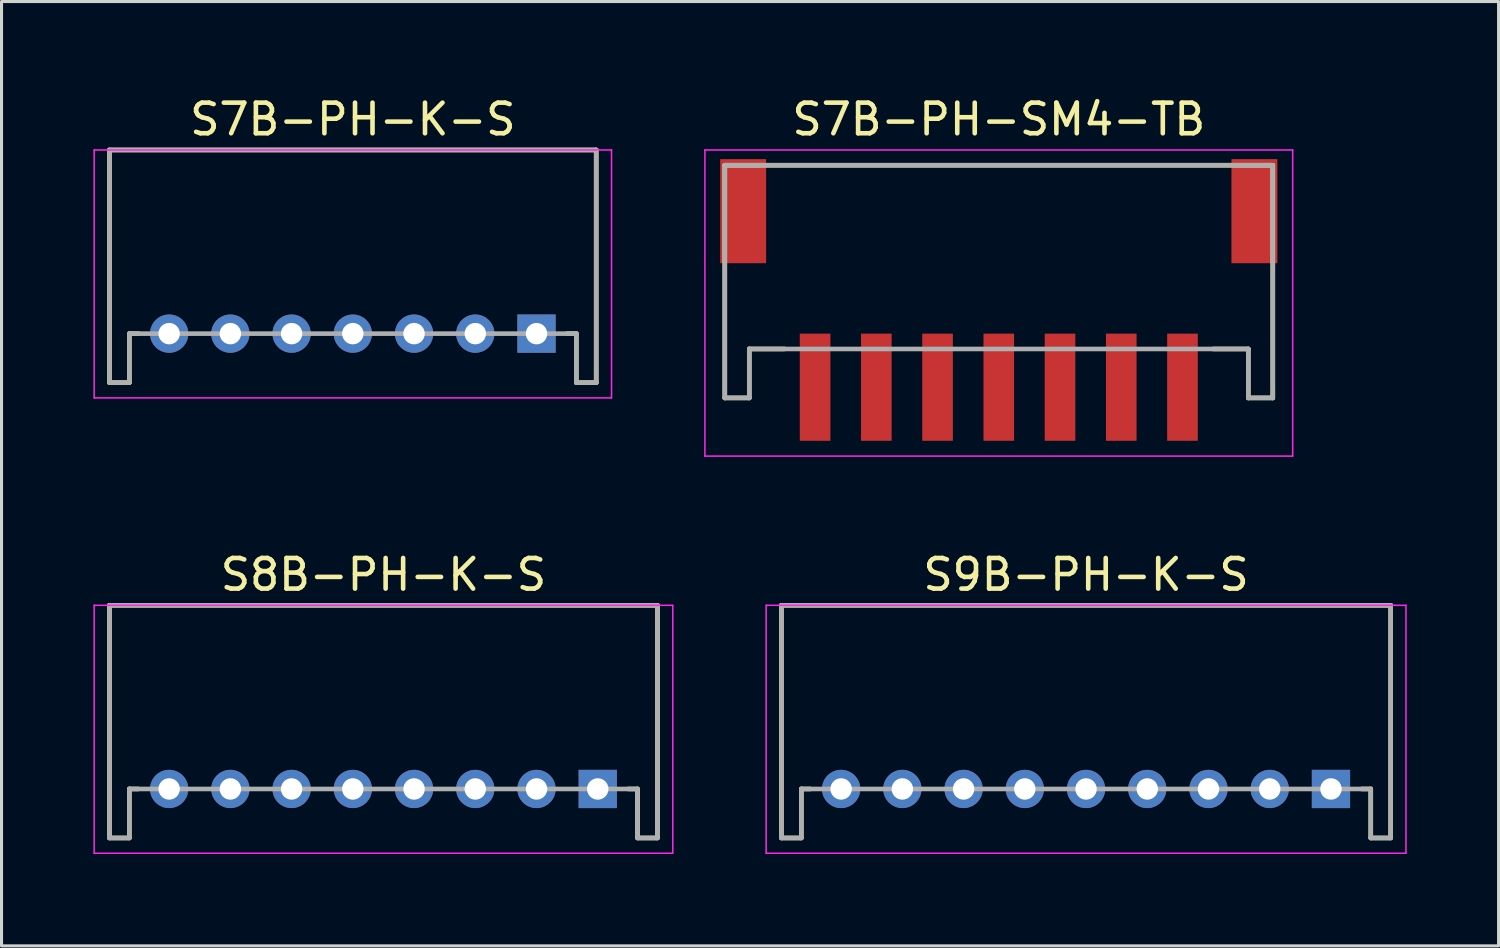
<source format=kicad_pcb>
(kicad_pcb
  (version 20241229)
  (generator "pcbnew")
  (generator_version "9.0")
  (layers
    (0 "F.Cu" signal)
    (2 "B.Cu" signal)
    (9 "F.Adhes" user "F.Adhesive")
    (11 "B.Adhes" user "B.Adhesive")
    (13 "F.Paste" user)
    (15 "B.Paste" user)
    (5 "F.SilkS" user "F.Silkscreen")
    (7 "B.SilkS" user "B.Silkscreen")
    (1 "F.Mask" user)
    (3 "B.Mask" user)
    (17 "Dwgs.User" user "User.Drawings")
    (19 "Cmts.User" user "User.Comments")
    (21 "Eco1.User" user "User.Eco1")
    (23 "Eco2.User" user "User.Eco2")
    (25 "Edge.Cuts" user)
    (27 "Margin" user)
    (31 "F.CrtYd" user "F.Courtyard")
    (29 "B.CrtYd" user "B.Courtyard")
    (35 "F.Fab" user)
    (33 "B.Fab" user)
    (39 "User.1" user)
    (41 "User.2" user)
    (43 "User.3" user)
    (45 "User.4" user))
  (footprint "S7B-PH-SM4-TB"
    (layer "F.Cu")
    (at 29.575 7.848)
    (property "Reference" "S7B-PH-SM4-TB" (at 0 -7 0) (layer "F.SilkS") (effects (font (size 1 1) (thickness 0.15))))
    (attr smd)
    (fp_line (start -8.95 -5.5) (end -8.95 2.1) (stroke (width 0.15) (type solid)) (layer "F.SilkS"))
    (fp_line (start -8.95 -5.5) (end 8.95 -5.5) (stroke (width 0.15) (type solid)) (layer "F.SilkS"))
    (fp_line (start -8.95 2.1) (end -8.15 2.1) (stroke (width 0.15) (type solid)) (layer "F.SilkS"))
    (fp_line (start -8.15 0.5) (end -8.15 2.1) (stroke (width 0.15) (type solid)) (layer "F.SilkS"))
    (fp_line (start -8.15 0.5) (end -7 0.5) (stroke (width 0.15) (type solid)) (layer "F.SilkS"))
    (fp_line (start 7 0.5) (end 8.15 0.5) (stroke (width 0.15) (type solid)) (layer "F.SilkS"))
    (fp_line (start 8.15 0.5) (end 8.15 2.1) (stroke (width 0.15) (type solid)) (layer "F.SilkS"))
    (fp_line (start 8.15 2.1) (end 8.95 2.1) (stroke (width 0.15) (type solid)) (layer "F.SilkS"))
    (fp_line (start 8.95 -5.5) (end 8.95 2.1) (stroke (width 0.15) (type solid)) (layer "F.SilkS"))
    (fp_line (start -9.6 -6) (end -9.6 4) (stroke (width 0.05) (type solid)) (layer "F.CrtYd"))
    (fp_line (start -9.6 -6) (end 9.6 -6) (stroke (width 0.05) (type solid)) (layer "F.CrtYd"))
    (fp_line (start -9.6 4) (end 9.6 4) (stroke (width 0.05) (type solid)) (layer "F.CrtYd"))
    (fp_line (start 9.6 -6) (end 9.6 4) (stroke (width 0.05) (type solid)) (layer "F.CrtYd"))
    (fp_line (start -8.95 -5.5) (end -8.95 2.1) (stroke (width 0.15) (type solid)) (layer "F.Fab"))
    (fp_line (start -8.95 -5.5) (end 8.95 -5.5) (stroke (width 0.15) (type solid)) (layer "F.Fab"))
    (fp_line (start -8.95 2.1) (end -8.15 2.1) (stroke (width 0.15) (type solid)) (layer "F.Fab"))
    (fp_line (start -8.15 0.5) (end -8.15 2.1) (stroke (width 0.15) (type solid)) (layer "F.Fab"))
    (fp_line (start -8.15 0.5) (end 8.15 0.5) (stroke (width 0.15) (type solid)) (layer "F.Fab"))
    (fp_line (start 8.15 0.5) (end 8.15 2.1) (stroke (width 0.15) (type solid)) (layer "F.Fab"))
    (fp_line (start 8.15 2.1) (end 8.95 2.1) (stroke (width 0.15) (type solid)) (layer "F.Fab"))
    (fp_line (start 8.95 -5.5) (end 8.95 2.1) (stroke (width 0.15) (type solid)) (layer "F.Fab"))
    (pad "1" smd rect (at 6 1.75 180) (size 1 3.5) (layers "F.Cu" "F.Mask" "F.Paste"))
    (pad "2" smd rect (at 4 1.75 180) (size 1 3.5) (layers "F.Cu" "F.Mask" "F.Paste"))
    (pad "3" smd rect (at 2 1.75 180) (size 1 3.5) (layers "F.Cu" "F.Mask" "F.Paste"))
    (pad "4" smd rect (at 0 1.75 180) (size 1 3.5) (layers "F.Cu" "F.Mask" "F.Paste"))
    (pad "5" smd rect (at -2 1.75 180) (size 1 3.5) (layers "F.Cu" "F.Mask" "F.Paste"))
    (pad "6" smd rect (at -4 1.75 180) (size 1 3.5) (layers "F.Cu" "F.Mask" "F.Paste"))
    (pad "7" smd rect (at -6 1.75 180) (size 1 3.5) (layers "F.Cu" "F.Mask" "F.Paste"))
    (pad "S" smd rect (at -8.35 -4 180) (size 1.5 3.4) (layers "F.Cu" "F.Mask" "F.Paste"))
    (pad "S" smd rect (at 8.35 -4 180) (size 1.5 3.4) (layers "F.Cu" "F.Mask" "F.Paste")))
  (footprint "S8B-PH-K-S"
    (layer "F.Cu")
    (at 9.475 22.721)
    (property "Reference" "S8B-PH-K-S" (at 0 -7 0) (layer "F.SilkS") (effects (font (size 1 1) (thickness 0.15))))
    (attr smd)
    (fp_line (start -8.95 -6) (end -8.95 1.6) (stroke (width 0.15) (type solid)) (layer "F.SilkS"))
    (fp_line (start -8.95 -6) (end 8.95 -6) (stroke (width 0.15) (type solid)) (layer "F.SilkS"))
    (fp_line (start -8.95 1.6) (end -8.3 1.6) (stroke (width 0.15) (type solid)) (layer "F.SilkS"))
    (fp_line (start -8.3 0) (end -8.3 1.6) (stroke (width 0.15) (type solid)) (layer "F.SilkS"))
    (fp_line (start -8.3 0) (end -8 0) (stroke (width 0.15) (type solid)) (layer "F.SilkS"))
    (fp_line (start 8 0) (end 8.3 0) (stroke (width 0.15) (type solid)) (layer "F.SilkS"))
    (fp_line (start 8.3 0) (end 8.3 1.6) (stroke (width 0.15) (type solid)) (layer "F.SilkS"))
    (fp_line (start 8.3 1.6) (end 8.95 1.6) (stroke (width 0.15) (type solid)) (layer "F.SilkS"))
    (fp_line (start 8.95 -6) (end 8.95 1.6) (stroke (width 0.15) (type solid)) (layer "F.SilkS"))
    (fp_line (start -9.45 -6) (end -9.45 2.1) (stroke (width 0.05) (type solid)) (layer "F.CrtYd"))
    (fp_line (start -9.45 -6) (end 9.45 -6) (stroke (width 0.05) (type solid)) (layer "F.CrtYd"))
    (fp_line (start -9.45 2.1) (end 9.45 2.1) (stroke (width 0.05) (type solid)) (layer "F.CrtYd"))
    (fp_line (start 9.45 -6) (end 9.45 2.1) (stroke (width 0.05) (type solid)) (layer "F.CrtYd"))
    (fp_line (start -8.95 -6) (end -8.95 1.6) (stroke (width 0.15) (type solid)) (layer "F.Fab"))
    (fp_line (start -8.95 -6) (end 8.95 -6) (stroke (width 0.15) (type solid)) (layer "F.Fab"))
    (fp_line (start -8.95 1.6) (end -8.3 1.6) (stroke (width 0.15) (type solid)) (layer "F.Fab"))
    (fp_line (start -8.3 0) (end -8.3 1.6) (stroke (width 0.15) (type solid)) (layer "F.Fab"))
    (fp_line (start -8.3 0) (end 8.3 0) (stroke (width 0.15) (type solid)) (layer "F.Fab"))
    (fp_line (start 8.3 0) (end 8.3 1.6) (stroke (width 0.15) (type solid)) (layer "F.Fab"))
    (fp_line (start 8.3 1.6) (end 8.95 1.6) (stroke (width 0.15) (type solid)) (layer "F.Fab"))
    (fp_line (start 8.95 -6) (end 8.95 1.6) (stroke (width 0.15) (type solid)) (layer "F.Fab"))
    (pad "1" thru_hole rect (at 7 0 180) (size 1.25 1.25) (drill 0.7) (layers "*.Cu" "*.Mask"))
    (pad "2" thru_hole circle (at 5 0 180) (size 1.25 1.25) (drill 0.7) (layers "*.Cu" "*.Mask"))
    (pad "3" thru_hole circle (at 3 0 180) (size 1.25 1.25) (drill 0.7) (layers "*.Cu" "*.Mask"))
    (pad "4" thru_hole circle (at 1 0 180) (size 1.25 1.25) (drill 0.7) (layers "*.Cu" "*.Mask"))
    (pad "5" thru_hole circle (at -1 0 180) (size 1.25 1.25) (drill 0.7) (layers "*.Cu" "*.Mask"))
    (pad "6" thru_hole circle (at -3 0 180) (size 1.25 1.25) (drill 0.7) (layers "*.Cu" "*.Mask"))
    (pad "7" thru_hole circle (at -5 0 180) (size 1.25 1.25) (drill 0.7) (layers "*.Cu" "*.Mask"))
    (pad "8" thru_hole circle (at -7 0 180) (size 1.25 1.25) (drill 0.7) (layers "*.Cu" "*.Mask")))
  (footprint "S7B-PH-K-S"
    (layer "F.Cu")
    (at 8.475 7.848)
    (property "Reference" "S7B-PH-K-S" (at 0 -7 0) (layer "F.SilkS") (effects (font (size 1 1) (thickness 0.15))))
    (attr smd)
    (fp_line (start -7.95 -6) (end -7.95 1.6) (stroke (width 0.15) (type solid)) (layer "F.SilkS"))
    (fp_line (start -7.95 -6) (end 7.95 -6) (stroke (width 0.15) (type solid)) (layer "F.SilkS"))
    (fp_line (start -7.95 1.6) (end -7.3 1.6) (stroke (width 0.15) (type solid)) (layer "F.SilkS"))
    (fp_line (start -7.3 0) (end -7.3 1.6) (stroke (width 0.15) (type solid)) (layer "F.SilkS"))
    (fp_line (start -7.3 0) (end -7 0) (stroke (width 0.15) (type solid)) (layer "F.SilkS"))
    (fp_line (start 7 0) (end 7.3 0) (stroke (width 0.15) (type solid)) (layer "F.SilkS"))
    (fp_line (start 7.3 0) (end 7.3 1.6) (stroke (width 0.15) (type solid)) (layer "F.SilkS"))
    (fp_line (start 7.3 1.6) (end 7.95 1.6) (stroke (width 0.15) (type solid)) (layer "F.SilkS"))
    (fp_line (start 7.95 -6) (end 7.95 1.6) (stroke (width 0.15) (type solid)) (layer "F.SilkS"))
    (fp_line (start -8.45 -6) (end -8.45 2.1) (stroke (width 0.05) (type solid)) (layer "F.CrtYd"))
    (fp_line (start -8.45 -6) (end 8.45 -6) (stroke (width 0.05) (type solid)) (layer "F.CrtYd"))
    (fp_line (start -8.45 2.1) (end 8.45 2.1) (stroke (width 0.05) (type solid)) (layer "F.CrtYd"))
    (fp_line (start 8.45 -6) (end 8.45 2.1) (stroke (width 0.05) (type solid)) (layer "F.CrtYd"))
    (fp_line (start -7.95 -6) (end -7.95 1.6) (stroke (width 0.15) (type solid)) (layer "F.Fab"))
    (fp_line (start -7.95 -6) (end 7.95 -6) (stroke (width 0.15) (type solid)) (layer "F.Fab"))
    (fp_line (start -7.95 1.6) (end -7.3 1.6) (stroke (width 0.15) (type solid)) (layer "F.Fab"))
    (fp_line (start -7.3 0) (end -7.3 1.6) (stroke (width 0.15) (type solid)) (layer "F.Fab"))
    (fp_line (start -7.3 0) (end 7.3 0) (stroke (width 0.15) (type solid)) (layer "F.Fab"))
    (fp_line (start 7.3 0) (end 7.3 1.6) (stroke (width 0.15) (type solid)) (layer "F.Fab"))
    (fp_line (start 7.3 1.6) (end 7.95 1.6) (stroke (width 0.15) (type solid)) (layer "F.Fab"))
    (fp_line (start 7.95 -6) (end 7.95 1.6) (stroke (width 0.15) (type solid)) (layer "F.Fab"))
    (pad "1" thru_hole rect (at 6 0 180) (size 1.25 1.25) (drill 0.7) (layers "*.Cu" "*.Mask"))
    (pad "2" thru_hole circle (at 4 0 180) (size 1.25 1.25) (drill 0.7) (layers "*.Cu" "*.Mask"))
    (pad "3" thru_hole circle (at 2 0 180) (size 1.25 1.25) (drill 0.7) (layers "*.Cu" "*.Mask"))
    (pad "4" thru_hole circle (at 0 0 180) (size 1.25 1.25) (drill 0.7) (layers "*.Cu" "*.Mask"))
    (pad "5" thru_hole circle (at -2 0 180) (size 1.25 1.25) (drill 0.7) (layers "*.Cu" "*.Mask"))
    (pad "6" thru_hole circle (at -4 0 180) (size 1.25 1.25) (drill 0.7) (layers "*.Cu" "*.Mask"))
    (pad "7" thru_hole circle (at -6 0 180) (size 1.25 1.25) (drill 0.7) (layers "*.Cu" "*.Mask")))
  (footprint "S9B-PH-K-S"
    (layer "F.Cu")
    (at 32.425 22.721)
    (property "Reference" "S9B-PH-K-S" (at 0 -7 0) (layer "F.SilkS") (effects (font (size 1 1) (thickness 0.15))))
    (attr smd)
    (fp_line (start -9.95 -6) (end -9.95 1.6) (stroke (width 0.15) (type solid)) (layer "F.SilkS"))
    (fp_line (start -9.95 -6) (end 9.95 -6) (stroke (width 0.15) (type solid)) (layer "F.SilkS"))
    (fp_line (start -9.95 1.6) (end -9.3 1.6) (stroke (width 0.15) (type solid)) (layer "F.SilkS"))
    (fp_line (start -9.3 0) (end -9.3 1.6) (stroke (width 0.15) (type solid)) (layer "F.SilkS"))
    (fp_line (start -9.3 0) (end -9 0) (stroke (width 0.15) (type solid)) (layer "F.SilkS"))
    (fp_line (start 9 0) (end 9.3 0) (stroke (width 0.15) (type solid)) (layer "F.SilkS"))
    (fp_line (start 9.3 0) (end 9.3 1.6) (stroke (width 0.15) (type solid)) (layer "F.SilkS"))
    (fp_line (start 9.3 1.6) (end 9.95 1.6) (stroke (width 0.15) (type solid)) (layer "F.SilkS"))
    (fp_line (start 9.95 -6) (end 9.95 1.6) (stroke (width 0.15) (type solid)) (layer "F.SilkS"))
    (fp_line (start -10.45 -6) (end -10.45 2.1) (stroke (width 0.05) (type solid)) (layer "F.CrtYd"))
    (fp_line (start -10.45 -6) (end 10.45 -6) (stroke (width 0.05) (type solid)) (layer "F.CrtYd"))
    (fp_line (start -10.45 2.1) (end 10.45 2.1) (stroke (width 0.05) (type solid)) (layer "F.CrtYd"))
    (fp_line (start 10.45 -6) (end 10.45 2.1) (stroke (width 0.05) (type solid)) (layer "F.CrtYd"))
    (fp_line (start -9.95 -6) (end -9.95 1.6) (stroke (width 0.15) (type solid)) (layer "F.Fab"))
    (fp_line (start -9.95 -6) (end 9.95 -6) (stroke (width 0.15) (type solid)) (layer "F.Fab"))
    (fp_line (start -9.95 1.6) (end -9.3 1.6) (stroke (width 0.15) (type solid)) (layer "F.Fab"))
    (fp_line (start -9.3 0) (end -9.3 1.6) (stroke (width 0.15) (type solid)) (layer "F.Fab"))
    (fp_line (start -9.3 0) (end 9.3 0) (stroke (width 0.15) (type solid)) (layer "F.Fab"))
    (fp_line (start 9.3 0) (end 9.3 1.6) (stroke (width 0.15) (type solid)) (layer "F.Fab"))
    (fp_line (start 9.3 1.6) (end 9.95 1.6) (stroke (width 0.15) (type solid)) (layer "F.Fab"))
    (fp_line (start 9.95 -6) (end 9.95 1.6) (stroke (width 0.15) (type solid)) (layer "F.Fab"))
    (pad "1" thru_hole rect (at 8 0 180) (size 1.25 1.25) (drill 0.7) (layers "*.Cu" "*.Mask"))
    (pad "2" thru_hole circle (at 6 0 180) (size 1.25 1.25) (drill 0.7) (layers "*.Cu" "*.Mask"))
    (pad "3" thru_hole circle (at 4 0 180) (size 1.25 1.25) (drill 0.7) (layers "*.Cu" "*.Mask"))
    (pad "4" thru_hole circle (at 2 0 180) (size 1.25 1.25) (drill 0.7) (layers "*.Cu" "*.Mask"))
    (pad "5" thru_hole circle (at 0 0 180) (size 1.25 1.25) (drill 0.7) (layers "*.Cu" "*.Mask"))
    (pad "6" thru_hole circle (at -2 0 180) (size 1.25 1.25) (drill 0.7) (layers "*.Cu" "*.Mask"))
    (pad "7" thru_hole circle (at -4 0 180) (size 1.25 1.25) (drill 0.7) (layers "*.Cu" "*.Mask"))
    (pad "8" thru_hole circle (at -6 0 180) (size 1.25 1.25) (drill 0.7) (layers "*.Cu" "*.Mask"))
    (pad "9" thru_hole circle (at -8 0 180) (size 1.25 1.25) (drill 0.7) (layers "*.Cu" "*.Mask")))
  (gr_rect
    (start -3 -3)
    (end 45.9 27.846)
    (stroke (width 0.1) (type default))
    (fill no)
    (layer "Edge.Cuts")))
</source>
